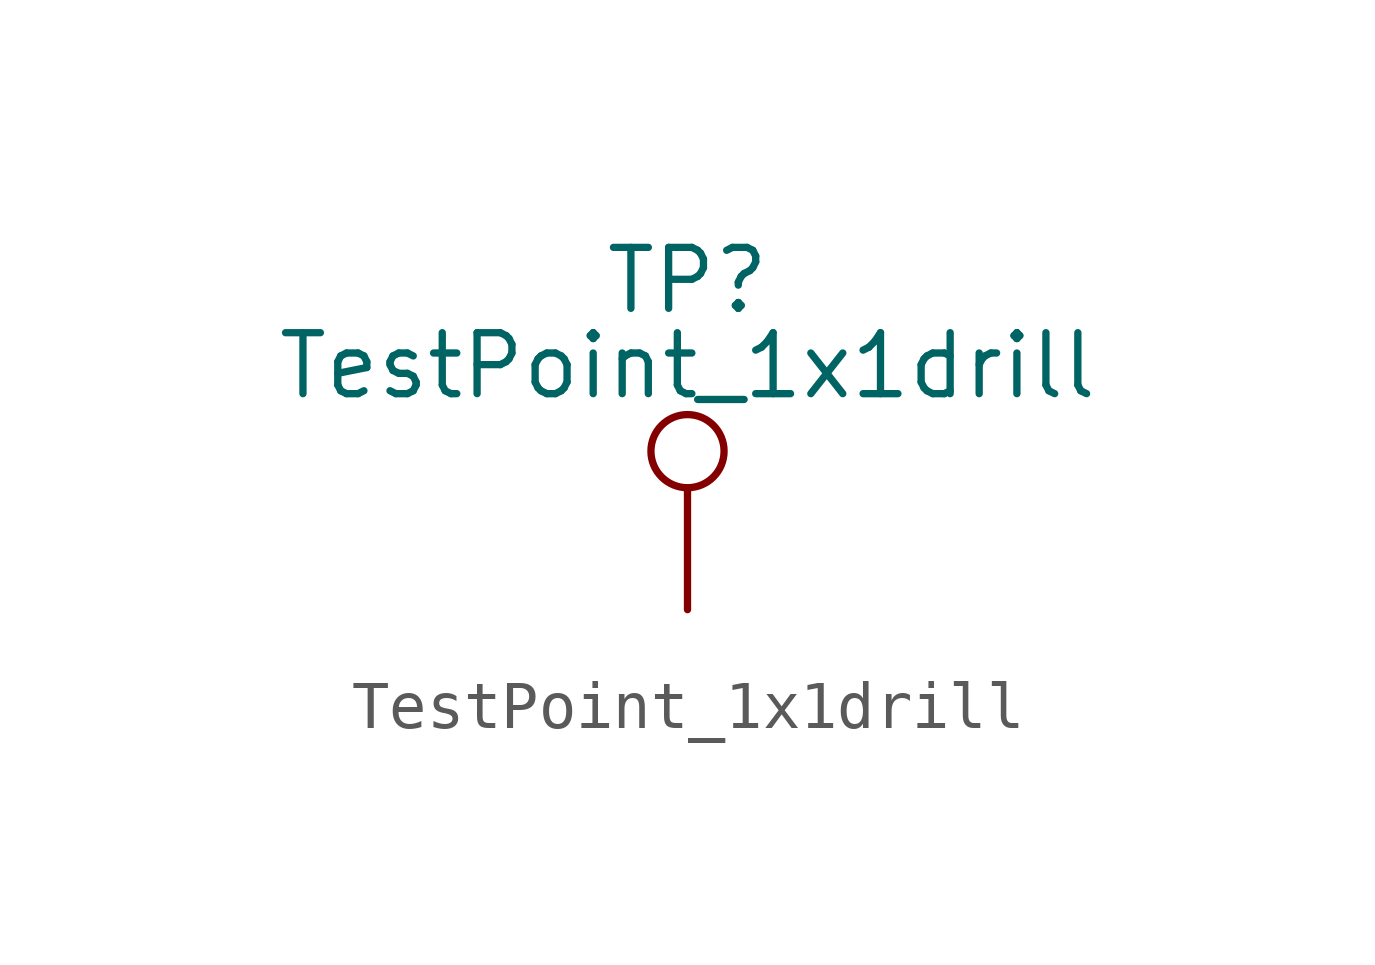
<source format=kicad_sym>
(kicad_symbol_lib
  (version 20231120)
  (generator "kicad_symbol_editor")
  (generator_version "8.0")
  (symbol "TestPoint_1x1drill"
    (pin_numbers hide)
    (pin_names
      (offset 0.762) hide)
    (property "Reference" "TP"
      (at 0 6.858 0)
      (effects (font (size 1.27 1.27))))
    (property "Value" "TestPoint_1x1drill"
      (at 0 5.08 0)
      (effects (font (size 1.27 1.27))))
    (symbol "TestPoint_1x1drill_0_1"
      (circle (center 0 3.302) (radius 0.762) (stroke (width 0) (type default)) (fill (type none))))
    (symbol "TestPoint_1x1drill_1_1"
      (pin passive line (at 0 0 90) (length 2.54) (name "1" (effects (font (size 1.27 1.27)))) (number "1" (effects (font (size 1.27 1.27))))))))
</source>
